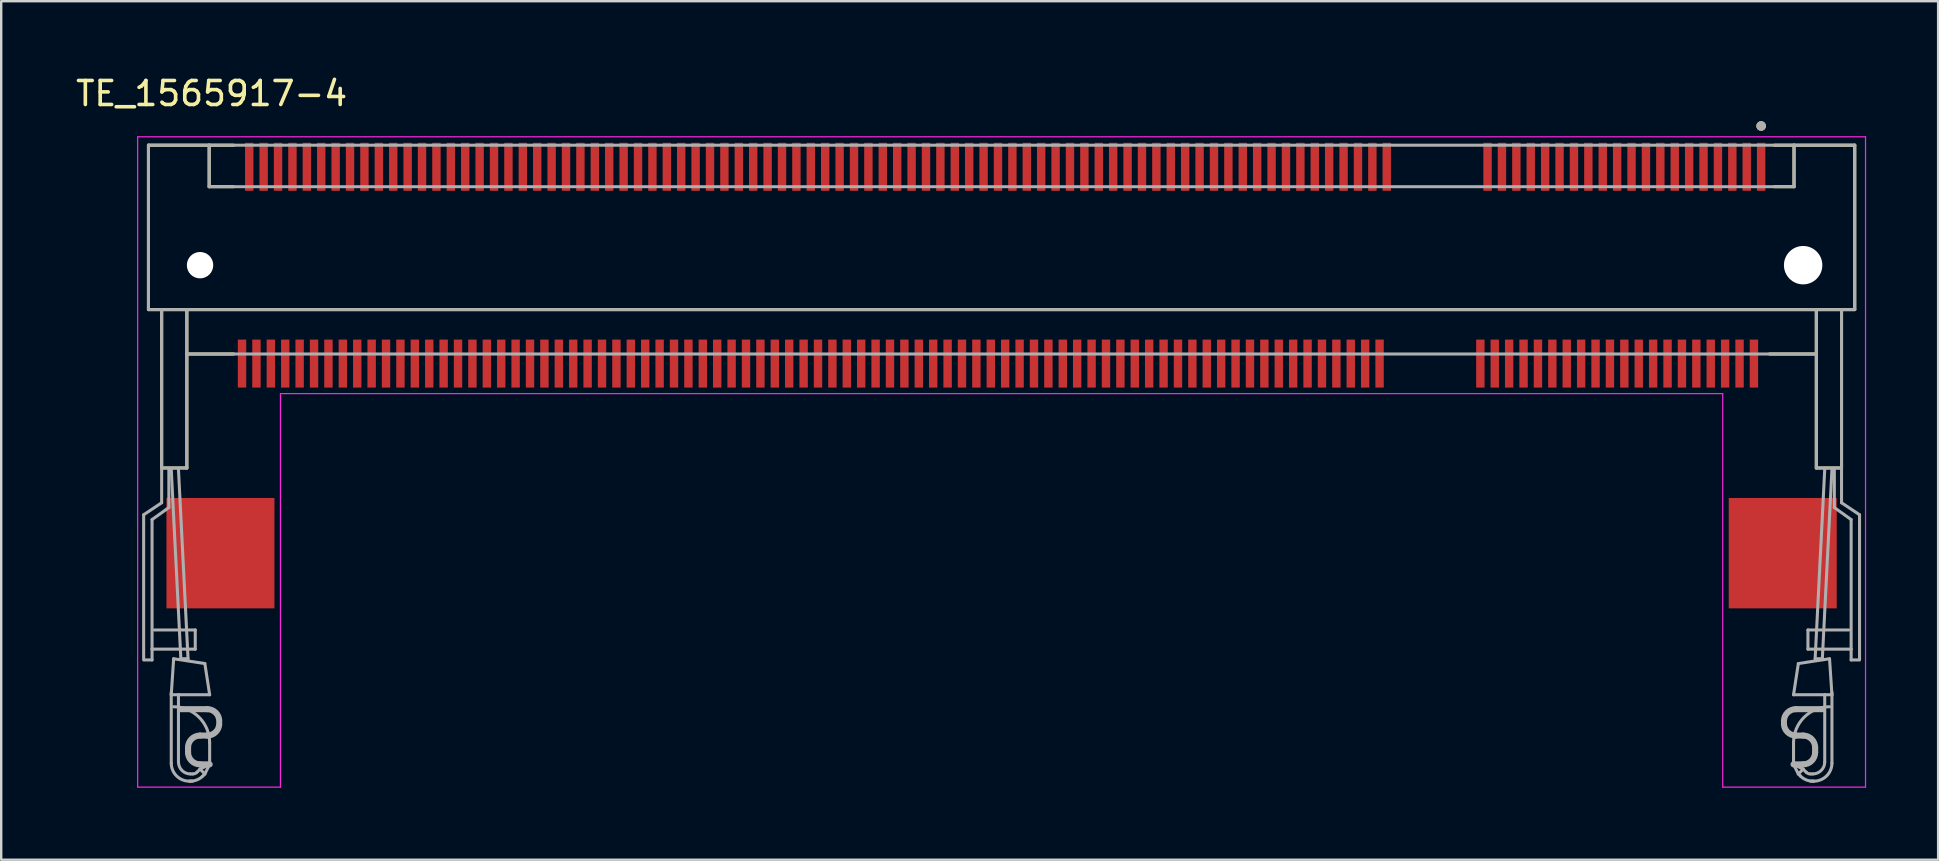
<source format=kicad_pcb>
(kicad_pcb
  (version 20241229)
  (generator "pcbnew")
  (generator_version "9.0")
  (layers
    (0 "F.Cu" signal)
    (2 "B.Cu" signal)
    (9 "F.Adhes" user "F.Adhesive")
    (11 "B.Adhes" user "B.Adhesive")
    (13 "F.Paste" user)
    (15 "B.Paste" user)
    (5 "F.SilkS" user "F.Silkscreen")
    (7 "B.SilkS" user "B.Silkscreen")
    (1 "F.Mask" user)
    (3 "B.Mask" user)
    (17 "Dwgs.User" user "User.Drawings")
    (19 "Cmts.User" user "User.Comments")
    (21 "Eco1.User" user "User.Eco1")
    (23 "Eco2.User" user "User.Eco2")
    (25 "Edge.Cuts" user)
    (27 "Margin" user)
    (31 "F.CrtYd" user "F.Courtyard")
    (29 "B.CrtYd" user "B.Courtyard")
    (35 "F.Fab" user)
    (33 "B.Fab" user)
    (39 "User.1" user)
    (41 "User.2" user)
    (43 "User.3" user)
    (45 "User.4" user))
  (footprint "TE_1565917-4"
    (layer "F.Cu")
    (at 38.686 8)
    (property "Reference" "TE_1565917-4" (at -32.918 -7.152 0) (layer "F.SilkS") (effects (font (size 1 1) (thickness 0.15))))
    (attr smd)
    (fp_line (start -35.55 -5) (end -35.55 1.85) (stroke (width 0.127) (type solid)) (layer "F.SilkS"))
    (fp_line (start -35.55 -5) (end -33.02 -5) (stroke (width 0.127) (type solid)) (layer "F.SilkS"))
    (fp_line (start -35.55 1.85) (end -35 1.85) (stroke (width 0.127) (type solid)) (layer "F.SilkS"))
    (fp_line (start -35 1.85) (end -35 8.45) (stroke (width 0.127) (type solid)) (layer "F.SilkS"))
    (fp_line (start -35 1.85) (end -33.95 1.85) (stroke (width 0.127) (type solid)) (layer "F.SilkS"))
    (fp_line (start -33.95 1.85) (end -33.95 3.7) (stroke (width 0.127) (type solid)) (layer "F.SilkS"))
    (fp_line (start -33.95 1.85) (end 33.95 1.85) (stroke (width 0.127) (type solid)) (layer "F.SilkS"))
    (fp_line (start -33.95 3.7) (end -33.95 8.45) (stroke (width 0.127) (type solid)) (layer "F.SilkS"))
    (fp_line (start -33.95 3.7) (end -32 3.7) (stroke (width 0.127) (type solid)) (layer "F.SilkS"))
    (fp_line (start -33.95 8.45) (end -35 8.45) (stroke (width 0.127) (type solid)) (layer "F.SilkS"))
    (fp_line (start -33.02 -5) (end -33.02 -3.27) (stroke (width 0.127) (type solid)) (layer "F.SilkS"))
    (fp_line (start -33.02 -3.27) (end -32 -3.27) (stroke (width 0.127) (type solid)) (layer "F.SilkS"))
    (fp_line (start -33 -5) (end -32 -5) (stroke (width 0.127) (type solid)) (layer "F.SilkS"))
    (fp_line (start 32 3.7) (end 33.95 3.7) (stroke (width 0.127) (type solid)) (layer "F.SilkS"))
    (fp_line (start 32.2 -5) (end 33 -5) (stroke (width 0.127) (type solid)) (layer "F.SilkS"))
    (fp_line (start 33.02 -5) (end 33.02 -3.27) (stroke (width 0.127) (type solid)) (layer "F.SilkS"))
    (fp_line (start 33.02 -3.27) (end 32.2 -3.27) (stroke (width 0.127) (type solid)) (layer "F.SilkS"))
    (fp_line (start 33.95 1.85) (end 33.95 8.45) (stroke (width 0.127) (type solid)) (layer "F.SilkS"))
    (fp_line (start 33.95 1.85) (end 35 1.85) (stroke (width 0.127) (type solid)) (layer "F.SilkS"))
    (fp_line (start 33.95 8.45) (end 35 8.45) (stroke (width 0.127) (type solid)) (layer "F.SilkS"))
    (fp_line (start 35 1.85) (end 35.55 1.85) (stroke (width 0.127) (type solid)) (layer "F.SilkS"))
    (fp_line (start 35 8.45) (end 35 1.85) (stroke (width 0.127) (type solid)) (layer "F.SilkS"))
    (fp_line (start 35.55 -5) (end 33.02 -5) (stroke (width 0.127) (type solid)) (layer "F.SilkS"))
    (fp_line (start 35.55 1.85) (end 35.55 -5) (stroke (width 0.127) (type solid)) (layer "F.SilkS"))
    (fp_circle (center 31.65 -5.8) (end 31.75 -5.8) (stroke (width 0.2) (type solid)) (fill no) (layer "F.SilkS"))
    (fp_line (start -36 -5.35) (end 36 -5.35) (stroke (width 0.05) (type solid)) (layer "F.CrtYd"))
    (fp_line (start -36 21.75) (end -36 -5.35) (stroke (width 0.05) (type solid)) (layer "F.CrtYd"))
    (fp_line (start -36 21.75) (end -30.05 21.75) (stroke (width 0.05) (type solid)) (layer "F.CrtYd"))
    (fp_line (start -30.05 5.35) (end 30.05 5.35) (stroke (width 0.05) (type solid)) (layer "F.CrtYd"))
    (fp_line (start -30.05 21.75) (end -30.05 5.35) (stroke (width 0.05) (type solid)) (layer "F.CrtYd"))
    (fp_line (start 30.05 5.35) (end 30.05 21.75) (stroke (width 0.05) (type solid)) (layer "F.CrtYd"))
    (fp_line (start 30.05 21.75) (end 36 21.75) (stroke (width 0.05) (type solid)) (layer "F.CrtYd"))
    (fp_line (start 36 -5.35) (end 36 21.75) (stroke (width 0.05) (type solid)) (layer "F.CrtYd"))
    (fp_line (start -35.75 10.4) (end -35.75 16.45) (stroke (width 0.127) (type solid)) (layer "F.Fab"))
    (fp_line (start -35.7 16.45) (end -35.4 16.45) (stroke (width 0.127) (type solid)) (layer "F.Fab"))
    (fp_line (start -35.55 -5) (end -35.55 1.85) (stroke (width 0.127) (type solid)) (layer "F.Fab"))
    (fp_line (start -35.55 1.85) (end -35 1.85) (stroke (width 0.127) (type solid)) (layer "F.Fab"))
    (fp_line (start -35.4 16) (end -35.4 10.6) (stroke (width 0.127) (type solid)) (layer "F.Fab"))
    (fp_line (start -35.4 16.45) (end -35.4 16) (stroke (width 0.127) (type solid)) (layer "F.Fab"))
    (fp_line (start -35.3 15.2) (end -33.6 15.2) (stroke (width 0.127) (type solid)) (layer "F.Fab"))
    (fp_line (start -35 1.85) (end -35 8.45) (stroke (width 0.127) (type solid)) (layer "F.Fab"))
    (fp_line (start -35 1.85) (end -33.95 1.85) (stroke (width 0.127) (type solid)) (layer "F.Fab"))
    (fp_line (start -35 8.45) (end -35 9.9) (stroke (width 0.127) (type solid)) (layer "F.Fab"))
    (fp_line (start -35 8.45) (end -33.95 8.45) (stroke (width 0.127) (type solid)) (layer "F.Fab"))
    (fp_line (start -35 9.9) (end -35.75 10.4) (stroke (width 0.127) (type solid)) (layer "F.Fab"))
    (fp_line (start -34.7 8.5) (end -34.7 10.1) (stroke (width 0.127) (type solid)) (layer "F.Fab"))
    (fp_line (start -34.7 10.1) (end -35.4 10.6) (stroke (width 0.127) (type solid)) (layer "F.Fab"))
    (fp_line (start -34.6 8.5) (end -34.2 16.4) (stroke (width 0.127) (type solid)) (layer "F.Fab"))
    (fp_line (start -34.6 17.8) (end -34.6 20.75) (stroke (width 0.127) (type solid)) (layer "F.Fab"))
    (fp_line (start -34.6 17.9) (end -34.5 16.4) (stroke (width 0.127) (type solid)) (layer "F.Fab"))
    (fp_line (start -34.5 16.4) (end -33.2 16.6) (stroke (width 0.127) (type solid)) (layer "F.Fab"))
    (fp_line (start -34.3 17.9) (end -34.6 17.9) (stroke (width 0.127) (type solid)) (layer "F.Fab"))
    (fp_line (start -34.3 20.7) (end -34.3 17.9) (stroke (width 0.127) (type solid)) (layer "F.Fab"))
    (fp_line (start -34.2 16.4) (end -33.9 16.4) (stroke (width 0.127) (type solid)) (layer "F.Fab"))
    (fp_line (start -33.95 1.85) (end 33.95 1.85) (stroke (width 0.127) (type solid)) (layer "F.Fab"))
    (fp_line (start -33.95 3.7) (end -33.95 1.85) (stroke (width 0.127) (type solid)) (layer "F.Fab"))
    (fp_line (start -33.95 8.45) (end -33.95 3.7) (stroke (width 0.127) (type solid)) (layer "F.Fab"))
    (fp_line (start -33.9 16.4) (end -34.3 8.5) (stroke (width 0.127) (type solid)) (layer "F.Fab"))
    (fp_line (start -33.9 20.3) (end -33.9 20.1) (stroke (width 0.254) (type solid)) (layer "F.Fab"))
    (fp_line (start -33.85 21.5) (end -33.8 21.5) (stroke (width 0.127) (type solid)) (layer "F.Fab"))
    (fp_line (start -33.8 21.5) (end -33.707 21.5) (stroke (width 0.127) (type solid)) (layer "F.Fab"))
    (fp_line (start -33.707 21.2) (end -33.8 21.2) (stroke (width 0.127) (type solid)) (layer "F.Fab"))
    (fp_line (start -33.6 15.2) (end -33.6 16) (stroke (width 0.127) (type solid)) (layer "F.Fab"))
    (fp_line (start -33.6 16) (end -35.4 16) (stroke (width 0.127) (type solid)) (layer "F.Fab"))
    (fp_line (start -33.529 21.129) (end -33.4 21) (stroke (width 0.127) (type solid)) (layer "F.Fab"))
    (fp_line (start -33.4 19.6) (end -33.1 19.6) (stroke (width 0.254) (type solid)) (layer "F.Fab"))
    (fp_line (start -33.288 21.288) (end -33.2 21.2) (stroke (width 0.127) (type solid)) (layer "F.Fab"))
    (fp_line (start -33.2 16.6) (end -33 17.9) (stroke (width 0.127) (type solid)) (layer "F.Fab"))
    (fp_line (start -33.2 21.2) (end -33.4 21) (stroke (width 0.127) (type solid)) (layer "F.Fab"))
    (fp_line (start -33.2 21.2) (end -33 20.8) (stroke (width 0.127) (type solid)) (layer "F.Fab"))
    (fp_line (start -33.1 18.5) (end -34.2 18.5) (stroke (width 0.254) (type solid)) (layer "F.Fab"))
    (fp_line (start -33.02 -5) (end -35.55 -5) (stroke (width 0.127) (type solid)) (layer "F.Fab"))
    (fp_line (start -33.02 -3.27) (end -33.02 -5) (stroke (width 0.127) (type solid)) (layer "F.Fab"))
    (fp_line (start -33 17.9) (end -34.3 17.9) (stroke (width 0.127) (type solid)) (layer "F.Fab"))
    (fp_line (start -33 20.8) (end -33.4 20.8) (stroke (width 0.254) (type solid)) (layer "F.Fab"))
    (fp_line (start -33 20.8) (end -33.4 21) (stroke (width 0.127) (type solid)) (layer "F.Fab"))
    (fp_line (start -33 20.8) (end -33 19.9) (stroke (width 0.127) (type solid)) (layer "F.Fab"))
    (fp_line (start -32.6 19.1) (end -32.6 19) (stroke (width 0.127) (type solid)) (layer "F.Fab"))
    (fp_line (start 32.6 19.1) (end 32.6 19) (stroke (width 0.127) (type solid)) (layer "F.Fab"))
    (fp_line (start 33 17.9) (end 34.3 17.9) (stroke (width 0.127) (type solid)) (layer "F.Fab"))
    (fp_line (start 33 20.8) (end 33 19.9) (stroke (width 0.127) (type solid)) (layer "F.Fab"))
    (fp_line (start 33 20.8) (end 33.4 20.8) (stroke (width 0.254) (type solid)) (layer "F.Fab"))
    (fp_line (start 33 20.8) (end 33.4 21) (stroke (width 0.127) (type solid)) (layer "F.Fab"))
    (fp_line (start 33.02 -5) (end -33.02 -5) (stroke (width 0.127) (type solid)) (layer "F.Fab"))
    (fp_line (start 33.02 -5) (end 33.02 -3.27) (stroke (width 0.127) (type solid)) (layer "F.Fab"))
    (fp_line (start 33.02 -3.27) (end -33.02 -3.27) (stroke (width 0.127) (type solid)) (layer "F.Fab"))
    (fp_line (start 33.1 18.5) (end 34.2 18.5) (stroke (width 0.254) (type solid)) (layer "F.Fab"))
    (fp_line (start 33.2 16.6) (end 33 17.9) (stroke (width 0.127) (type solid)) (layer "F.Fab"))
    (fp_line (start 33.2 21.2) (end 33 20.8) (stroke (width 0.127) (type solid)) (layer "F.Fab"))
    (fp_line (start 33.2 21.2) (end 33.4 21) (stroke (width 0.127) (type solid)) (layer "F.Fab"))
    (fp_line (start 33.288 21.288) (end 33.2 21.2) (stroke (width 0.127) (type solid)) (layer "F.Fab"))
    (fp_line (start 33.4 19.6) (end 33.1 19.6) (stroke (width 0.254) (type solid)) (layer "F.Fab"))
    (fp_line (start 33.529 21.129) (end 33.4 21) (stroke (width 0.127) (type solid)) (layer "F.Fab"))
    (fp_line (start 33.6 15.2) (end 33.6 16) (stroke (width 0.127) (type solid)) (layer "F.Fab"))
    (fp_line (start 33.6 16) (end 35.4 16) (stroke (width 0.127) (type solid)) (layer "F.Fab"))
    (fp_line (start 33.707 21.2) (end 33.8 21.2) (stroke (width 0.127) (type solid)) (layer "F.Fab"))
    (fp_line (start 33.8 21.5) (end 33.707 21.5) (stroke (width 0.127) (type solid)) (layer "F.Fab"))
    (fp_line (start 33.85 21.5) (end 33.8 21.5) (stroke (width 0.127) (type solid)) (layer "F.Fab"))
    (fp_line (start 33.9 16.4) (end 34.3 8.5) (stroke (width 0.127) (type solid)) (layer "F.Fab"))
    (fp_line (start 33.9 20.3) (end 33.9 20.1) (stroke (width 0.254) (type solid)) (layer "F.Fab"))
    (fp_line (start 33.95 1.85) (end 33.95 3.7) (stroke (width 0.127) (type solid)) (layer "F.Fab"))
    (fp_line (start 33.95 1.85) (end 35.55 1.85) (stroke (width 0.127) (type solid)) (layer "F.Fab"))
    (fp_line (start 33.95 3.7) (end -33.95 3.7) (stroke (width 0.127) (type solid)) (layer "F.Fab"))
    (fp_line (start 33.95 8.45) (end 33.95 3.7) (stroke (width 0.127) (type solid)) (layer "F.Fab"))
    (fp_line (start 34.2 16.4) (end 33.9 16.4) (stroke (width 0.127) (type solid)) (layer "F.Fab"))
    (fp_line (start 34.3 17.9) (end 34.6 17.9) (stroke (width 0.127) (type solid)) (layer "F.Fab"))
    (fp_line (start 34.3 20.7) (end 34.3 17.9) (stroke (width 0.127) (type solid)) (layer "F.Fab"))
    (fp_line (start 34.5 16.4) (end 33.2 16.6) (stroke (width 0.127) (type solid)) (layer "F.Fab"))
    (fp_line (start 34.6 8.5) (end 34.2 16.4) (stroke (width 0.127) (type solid)) (layer "F.Fab"))
    (fp_line (start 34.6 17.8) (end 34.6 20.75) (stroke (width 0.127) (type solid)) (layer "F.Fab"))
    (fp_line (start 34.6 17.9) (end 34.5 16.4) (stroke (width 0.127) (type solid)) (layer "F.Fab"))
    (fp_line (start 34.7 8.5) (end 34.7 10.1) (stroke (width 0.127) (type solid)) (layer "F.Fab"))
    (fp_line (start 34.7 10.1) (end 35.4 10.6) (stroke (width 0.127) (type solid)) (layer "F.Fab"))
    (fp_line (start 35 1.85) (end 35 8.45) (stroke (width 0.127) (type solid)) (layer "F.Fab"))
    (fp_line (start 35 8.45) (end 33.95 8.45) (stroke (width 0.127) (type solid)) (layer "F.Fab"))
    (fp_line (start 35 8.45) (end 35 9.9) (stroke (width 0.127) (type solid)) (layer "F.Fab"))
    (fp_line (start 35 9.9) (end 35.75 10.4) (stroke (width 0.127) (type solid)) (layer "F.Fab"))
    (fp_line (start 35.3 15.2) (end 33.6 15.2) (stroke (width 0.127) (type solid)) (layer "F.Fab"))
    (fp_line (start 35.4 16) (end 35.4 10.6) (stroke (width 0.127) (type solid)) (layer "F.Fab"))
    (fp_line (start 35.4 16.45) (end 35.4 16) (stroke (width 0.127) (type solid)) (layer "F.Fab"))
    (fp_line (start 35.55 -5) (end 33.02 -5) (stroke (width 0.127) (type solid)) (layer "F.Fab"))
    (fp_line (start 35.55 1.85) (end 35.55 -5) (stroke (width 0.127) (type solid)) (layer "F.Fab"))
    (fp_line (start 35.7 16.45) (end 35.4 16.45) (stroke (width 0.127) (type solid)) (layer "F.Fab"))
    (fp_line (start 35.75 10.4) (end 35.75 16.45) (stroke (width 0.127) (type solid)) (layer "F.Fab"))
    (fp_arc (start -34.5 18.4) (mid -33.43934 18.83934) (end -33 19.9) (stroke (width 0.127) (type solid)) (layer "F.Fab"))
    (fp_arc (start -33.9 20.1) (mid -33.753553 19.746447) (end -33.4 19.6) (stroke (width 0.254) (type solid)) (layer "F.Fab"))
    (fp_arc (start -33.85 21.5) (mid -34.38033 21.28033) (end -34.6 20.75) (stroke (width 0.127) (type solid)) (layer "F.Fab"))
    (fp_arc (start -33.8 21.2) (mid -34.153553 21.053553) (end -34.3 20.7) (stroke (width 0.127) (type solid)) (layer "F.Fab"))
    (fp_arc (start -33.5293 21.1293) (mid -33.607619 21.181627) (end -33.7 21.2) (stroke (width 0.127) (type solid)) (layer "F.Fab"))
    (fp_arc (start -33.4 20.8) (mid -33.753553 20.653553) (end -33.9 20.3) (stroke (width 0.254) (type solid)) (layer "F.Fab"))
    (fp_arc (start -33.2879 21.2879) (mid -33.522855 21.444881) (end -33.8 21.5) (stroke (width 0.127) (type solid)) (layer "F.Fab"))
    (fp_arc (start -33.1 18.5) (mid -32.746447 18.646447) (end -32.6 19) (stroke (width 0.254) (type solid)) (layer "F.Fab"))
    (fp_arc (start -32.6 19.1) (mid -32.746447 19.453553) (end -33.1 19.6) (stroke (width 0.254) (type solid)) (layer "F.Fab"))
    (fp_arc (start 32.6 19) (mid 32.746447 18.646447) (end 33.1 18.5) (stroke (width 0.254) (type solid)) (layer "F.Fab"))
    (fp_arc (start 33 19.9) (mid 33.43934 18.83934) (end 34.5 18.4) (stroke (width 0.127) (type solid)) (layer "F.Fab"))
    (fp_arc (start 33.1 19.6) (mid 32.746447 19.453553) (end 32.6 19.1) (stroke (width 0.254) (type solid)) (layer "F.Fab"))
    (fp_arc (start 33.4 19.6) (mid 33.753553 19.746447) (end 33.9 20.1) (stroke (width 0.254) (type solid)) (layer "F.Fab"))
    (fp_arc (start 33.7 21.2) (mid 33.607619 21.181627) (end 33.5293 21.1293) (stroke (width 0.127) (type solid)) (layer "F.Fab"))
    (fp_arc (start 33.8 21.5) (mid 33.522856 21.444881) (end 33.2879 21.2879) (stroke (width 0.127) (type solid)) (layer "F.Fab"))
    (fp_arc (start 33.9 20.3) (mid 33.753553 20.653553) (end 33.4 20.8) (stroke (width 0.254) (type solid)) (layer "F.Fab"))
    (fp_arc (start 34.3 20.7) (mid 34.153553 21.053553) (end 33.8 21.2) (stroke (width 0.127) (type solid)) (layer "F.Fab"))
    (fp_arc (start 34.6 20.75) (mid 34.38033 21.28033) (end 33.85 21.5) (stroke (width 0.127) (type solid)) (layer "F.Fab"))
    (fp_circle (center 31.65 -5.8) (end 31.75 -5.8) (stroke (width 0.2) (type solid)) (fill no) (layer "F.Fab"))
    (pad "" np_thru_hole circle (at -33.4 0) (size 1.1 1.1) (drill 1.1) (layers "*.Cu" "*.Mask"))
    (pad "" np_thru_hole circle (at 33.4 0) (size 1.6 1.6) (drill 1.6) (layers "*.Cu" "*.Mask"))
    (pad "1" smd rect (at 31.65 -4.1) (size 0.35 2) (layers "F.Cu" "F.Mask" "F.Paste"))
    (pad "2" smd rect (at 31.35 4.1) (size 0.35 2) (layers "F.Cu" "F.Mask" "F.Paste"))
    (pad "3" smd rect (at 31.05 -4.1) (size 0.35 2) (layers "F.Cu" "F.Mask" "F.Paste"))
    (pad "4" smd rect (at 30.75 4.1) (size 0.35 2) (layers "F.Cu" "F.Mask" "F.Paste"))
    (pad "5" smd rect (at 30.45 -4.1) (size 0.35 2) (layers "F.Cu" "F.Mask" "F.Paste"))
    (pad "6" smd rect (at 30.15 4.1) (size 0.35 2) (layers "F.Cu" "F.Mask" "F.Paste"))
    (pad "7" smd rect (at 29.85 -4.1) (size 0.35 2) (layers "F.Cu" "F.Mask" "F.Paste"))
    (pad "8" smd rect (at 29.55 4.1) (size 0.35 2) (layers "F.Cu" "F.Mask" "F.Paste"))
    (pad "9" smd rect (at 29.25 -4.1) (size 0.35 2) (layers "F.Cu" "F.Mask" "F.Paste"))
    (pad "10" smd rect (at 28.95 4.1) (size 0.35 2) (layers "F.Cu" "F.Mask" "F.Paste"))
    (pad "11" smd rect (at 28.65 -4.1) (size 0.35 2) (layers "F.Cu" "F.Mask" "F.Paste"))
    (pad "12" smd rect (at 28.35 4.1) (size 0.35 2) (layers "F.Cu" "F.Mask" "F.Paste"))
    (pad "13" smd rect (at 28.05 -4.1) (size 0.35 2) (layers "F.Cu" "F.Mask" "F.Paste"))
    (pad "14" smd rect (at 27.75 4.1) (size 0.35 2) (layers "F.Cu" "F.Mask" "F.Paste"))
    (pad "15" smd rect (at 27.45 -4.1) (size 0.35 2) (layers "F.Cu" "F.Mask" "F.Paste"))
    (pad "16" smd rect (at 27.15 4.1) (size 0.35 2) (layers "F.Cu" "F.Mask" "F.Paste"))
    (pad "17" smd rect (at 26.85 -4.1) (size 0.35 2) (layers "F.Cu" "F.Mask" "F.Paste"))
    (pad "18" smd rect (at 26.55 4.1) (size 0.35 2) (layers "F.Cu" "F.Mask" "F.Paste"))
    (pad "19" smd rect (at 26.25 -4.1) (size 0.35 2) (layers "F.Cu" "F.Mask" "F.Paste"))
    (pad "20" smd rect (at 25.95 4.1) (size 0.35 2) (layers "F.Cu" "F.Mask" "F.Paste"))
    (pad "21" smd rect (at 25.65 -4.1) (size 0.35 2) (layers "F.Cu" "F.Mask" "F.Paste"))
    (pad "22" smd rect (at 25.35 4.1) (size 0.35 2) (layers "F.Cu" "F.Mask" "F.Paste"))
    (pad "23" smd rect (at 25.05 -4.1) (size 0.35 2) (layers "F.Cu" "F.Mask" "F.Paste"))
    (pad "24" smd rect (at 24.75 4.1) (size 0.35 2) (layers "F.Cu" "F.Mask" "F.Paste"))
    (pad "25" smd rect (at 24.45 -4.1) (size 0.35 2) (layers "F.Cu" "F.Mask" "F.Paste"))
    (pad "26" smd rect (at 24.15 4.1) (size 0.35 2) (layers "F.Cu" "F.Mask" "F.Paste"))
    (pad "27" smd rect (at 23.85 -4.1) (size 0.35 2) (layers "F.Cu" "F.Mask" "F.Paste"))
    (pad "28" smd rect (at 23.55 4.1) (size 0.35 2) (layers "F.Cu" "F.Mask" "F.Paste"))
    (pad "29" smd rect (at 23.25 -4.1) (size 0.35 2) (layers "F.Cu" "F.Mask" "F.Paste"))
    (pad "30" smd rect (at 22.95 4.1) (size 0.35 2) (layers "F.Cu" "F.Mask" "F.Paste"))
    (pad "31" smd rect (at 22.65 -4.1) (size 0.35 2) (layers "F.Cu" "F.Mask" "F.Paste"))
    (pad "32" smd rect (at 22.35 4.1) (size 0.35 2) (layers "F.Cu" "F.Mask" "F.Paste"))
    (pad "33" smd rect (at 22.05 -4.1) (size 0.35 2) (layers "F.Cu" "F.Mask" "F.Paste"))
    (pad "34" smd rect (at 21.75 4.1) (size 0.35 2) (layers "F.Cu" "F.Mask" "F.Paste"))
    (pad "35" smd rect (at 21.45 -4.1) (size 0.35 2) (layers "F.Cu" "F.Mask" "F.Paste"))
    (pad "36" smd rect (at 21.15 4.1) (size 0.35 2) (layers "F.Cu" "F.Mask" "F.Paste"))
    (pad "37" smd rect (at 20.85 -4.1) (size 0.35 2) (layers "F.Cu" "F.Mask" "F.Paste"))
    (pad "38" smd rect (at 20.55 4.1) (size 0.35 2) (layers "F.Cu" "F.Mask" "F.Paste"))
    (pad "39" smd rect (at 20.25 -4.1) (size 0.35 2) (layers "F.Cu" "F.Mask" "F.Paste"))
    (pad "40" smd rect (at 19.95 4.1) (size 0.35 2) (layers "F.Cu" "F.Mask" "F.Paste"))
    (pad "41" smd rect (at 16.05 -4.1) (size 0.35 2) (layers "F.Cu" "F.Mask" "F.Paste"))
    (pad "42" smd rect (at 15.75 4.1) (size 0.35 2) (layers "F.Cu" "F.Mask" "F.Paste"))
    (pad "43" smd rect (at 15.45 -4.1) (size 0.35 2) (layers "F.Cu" "F.Mask" "F.Paste"))
    (pad "44" smd rect (at 15.15 4.1) (size 0.35 2) (layers "F.Cu" "F.Mask" "F.Paste"))
    (pad "45" smd rect (at 14.85 -4.1) (size 0.35 2) (layers "F.Cu" "F.Mask" "F.Paste"))
    (pad "46" smd rect (at 14.55 4.1) (size 0.35 2) (layers "F.Cu" "F.Mask" "F.Paste"))
    (pad "47" smd rect (at 14.25 -4.1) (size 0.35 2) (layers "F.Cu" "F.Mask" "F.Paste"))
    (pad "48" smd rect (at 13.95 4.1) (size 0.35 2) (layers "F.Cu" "F.Mask" "F.Paste"))
    (pad "49" smd rect (at 13.65 -4.1) (size 0.35 2) (layers "F.Cu" "F.Mask" "F.Paste"))
    (pad "50" smd rect (at 13.35 4.1) (size 0.35 2) (layers "F.Cu" "F.Mask" "F.Paste"))
    (pad "51" smd rect (at 13.05 -4.1) (size 0.35 2) (layers "F.Cu" "F.Mask" "F.Paste"))
    (pad "52" smd rect (at 12.75 4.1) (size 0.35 2) (layers "F.Cu" "F.Mask" "F.Paste"))
    (pad "53" smd rect (at 12.45 -4.1) (size 0.35 2) (layers "F.Cu" "F.Mask" "F.Paste"))
    (pad "54" smd rect (at 12.15 4.1) (size 0.35 2) (layers "F.Cu" "F.Mask" "F.Paste"))
    (pad "55" smd rect (at 11.85 -4.1) (size 0.35 2) (layers "F.Cu" "F.Mask" "F.Paste"))
    (pad "56" smd rect (at 11.55 4.1) (size 0.35 2) (layers "F.Cu" "F.Mask" "F.Paste"))
    (pad "57" smd rect (at 11.25 -4.1) (size 0.35 2) (layers "F.Cu" "F.Mask" "F.Paste"))
    (pad "58" smd rect (at 10.95 4.1) (size 0.35 2) (layers "F.Cu" "F.Mask" "F.Paste"))
    (pad "59" smd rect (at 10.65 -4.1) (size 0.35 2) (layers "F.Cu" "F.Mask" "F.Paste"))
    (pad "60" smd rect (at 10.35 4.1) (size 0.35 2) (layers "F.Cu" "F.Mask" "F.Paste"))
    (pad "61" smd rect (at 10.05 -4.1) (size 0.35 2) (layers "F.Cu" "F.Mask" "F.Paste"))
    (pad "62" smd rect (at 9.75 4.1) (size 0.35 2) (layers "F.Cu" "F.Mask" "F.Paste"))
    (pad "63" smd rect (at 9.45 -4.1) (size 0.35 2) (layers "F.Cu" "F.Mask" "F.Paste"))
    (pad "64" smd rect (at 9.15 4.1) (size 0.35 2) (layers "F.Cu" "F.Mask" "F.Paste"))
    (pad "65" smd rect (at 8.85 -4.1) (size 0.35 2) (layers "F.Cu" "F.Mask" "F.Paste"))
    (pad "66" smd rect (at 8.55 4.1) (size 0.35 2) (layers "F.Cu" "F.Mask" "F.Paste"))
    (pad "67" smd rect (at 8.25 -4.1) (size 0.35 2) (layers "F.Cu" "F.Mask" "F.Paste"))
    (pad "68" smd rect (at 7.95 4.1) (size 0.35 2) (layers "F.Cu" "F.Mask" "F.Paste"))
    (pad "69" smd rect (at 7.65 -4.1) (size 0.35 2) (layers "F.Cu" "F.Mask" "F.Paste"))
    (pad "70" smd rect (at 7.35 4.1) (size 0.35 2) (layers "F.Cu" "F.Mask" "F.Paste"))
    (pad "71" smd rect (at 7.05 -4.1) (size 0.35 2) (layers "F.Cu" "F.Mask" "F.Paste"))
    (pad "72" smd rect (at 6.75 4.1) (size 0.35 2) (layers "F.Cu" "F.Mask" "F.Paste"))
    (pad "73" smd rect (at 6.45 -4.1) (size 0.35 2) (layers "F.Cu" "F.Mask" "F.Paste"))
    (pad "74" smd rect (at 6.15 4.1) (size 0.35 2) (layers "F.Cu" "F.Mask" "F.Paste"))
    (pad "75" smd rect (at 5.85 -4.1) (size 0.35 2) (layers "F.Cu" "F.Mask" "F.Paste"))
    (pad "76" smd rect (at 5.55 4.1) (size 0.35 2) (layers "F.Cu" "F.Mask" "F.Paste"))
    (pad "77" smd rect (at 5.25 -4.1) (size 0.35 2) (layers "F.Cu" "F.Mask" "F.Paste"))
    (pad "78" smd rect (at 4.95 4.1) (size 0.35 2) (layers "F.Cu" "F.Mask" "F.Paste"))
    (pad "79" smd rect (at 4.65 -4.1) (size 0.35 2) (layers "F.Cu" "F.Mask" "F.Paste"))
    (pad "80" smd rect (at 4.35 4.1) (size 0.35 2) (layers "F.Cu" "F.Mask" "F.Paste"))
    (pad "81" smd rect (at 4.05 -4.1) (size 0.35 2) (layers "F.Cu" "F.Mask" "F.Paste"))
    (pad "82" smd rect (at 3.75 4.1) (size 0.35 2) (layers "F.Cu" "F.Mask" "F.Paste"))
    (pad "83" smd rect (at 3.45 -4.1) (size 0.35 2) (layers "F.Cu" "F.Mask" "F.Paste"))
    (pad "84" smd rect (at 3.15 4.1) (size 0.35 2) (layers "F.Cu" "F.Mask" "F.Paste"))
    (pad "85" smd rect (at 2.85 -4.1) (size 0.35 2) (layers "F.Cu" "F.Mask" "F.Paste"))
    (pad "86" smd rect (at 2.55 4.1) (size 0.35 2) (layers "F.Cu" "F.Mask" "F.Paste"))
    (pad "87" smd rect (at 2.25 -4.1) (size 0.35 2) (layers "F.Cu" "F.Mask" "F.Paste"))
    (pad "88" smd rect (at 1.95 4.1) (size 0.35 2) (layers "F.Cu" "F.Mask" "F.Paste"))
    (pad "89" smd rect (at 1.65 -4.1) (size 0.35 2) (layers "F.Cu" "F.Mask" "F.Paste"))
    (pad "90" smd rect (at 1.35 4.1) (size 0.35 2) (layers "F.Cu" "F.Mask" "F.Paste"))
    (pad "91" smd rect (at 1.05 -4.1) (size 0.35 2) (layers "F.Cu" "F.Mask" "F.Paste"))
    (pad "92" smd rect (at 0.75 4.1) (size 0.35 2) (layers "F.Cu" "F.Mask" "F.Paste"))
    (pad "93" smd rect (at 0.45 -4.1) (size 0.35 2) (layers "F.Cu" "F.Mask" "F.Paste"))
    (pad "94" smd rect (at 0.15 4.1) (size 0.35 2) (layers "F.Cu" "F.Mask" "F.Paste"))
    (pad "95" smd rect (at -0.15 -4.1) (size 0.35 2) (layers "F.Cu" "F.Mask" "F.Paste"))
    (pad "96" smd rect (at -0.45 4.1) (size 0.35 2) (layers "F.Cu" "F.Mask" "F.Paste"))
    (pad "97" smd rect (at -0.75 -4.1) (size 0.35 2) (layers "F.Cu" "F.Mask" "F.Paste"))
    (pad "98" smd rect (at -1.05 4.1) (size 0.35 2) (layers "F.Cu" "F.Mask" "F.Paste"))
    (pad "99" smd rect (at -1.35 -4.1) (size 0.35 2) (layers "F.Cu" "F.Mask" "F.Paste"))
    (pad "100" smd rect (at -1.65 4.1) (size 0.35 2) (layers "F.Cu" "F.Mask" "F.Paste"))
    (pad "101" smd rect (at -1.95 -4.1) (size 0.35 2) (layers "F.Cu" "F.Mask" "F.Paste"))
    (pad "102" smd rect (at -2.25 4.1) (size 0.35 2) (layers "F.Cu" "F.Mask" "F.Paste"))
    (pad "103" smd rect (at -2.55 -4.1) (size 0.35 2) (layers "F.Cu" "F.Mask" "F.Paste"))
    (pad "104" smd rect (at -2.85 4.1) (size 0.35 2) (layers "F.Cu" "F.Mask" "F.Paste"))
    (pad "105" smd rect (at -3.15 -4.1) (size 0.35 2) (layers "F.Cu" "F.Mask" "F.Paste"))
    (pad "106" smd rect (at -3.45 4.1) (size 0.35 2) (layers "F.Cu" "F.Mask" "F.Paste"))
    (pad "107" smd rect (at -3.75 -4.1) (size 0.35 2) (layers "F.Cu" "F.Mask" "F.Paste"))
    (pad "108" smd rect (at -4.05 4.1) (size 0.35 2) (layers "F.Cu" "F.Mask" "F.Paste"))
    (pad "109" smd rect (at -4.35 -4.1) (size 0.35 2) (layers "F.Cu" "F.Mask" "F.Paste"))
    (pad "110" smd rect (at -4.65 4.1) (size 0.35 2) (layers "F.Cu" "F.Mask" "F.Paste"))
    (pad "111" smd rect (at -4.95 -4.1) (size 0.35 2) (layers "F.Cu" "F.Mask" "F.Paste"))
    (pad "112" smd rect (at -5.25 4.1) (size 0.35 2) (layers "F.Cu" "F.Mask" "F.Paste"))
    (pad "113" smd rect (at -5.55 -4.1) (size 0.35 2) (layers "F.Cu" "F.Mask" "F.Paste"))
    (pad "114" smd rect (at -5.85 4.1) (size 0.35 2) (layers "F.Cu" "F.Mask" "F.Paste"))
    (pad "115" smd rect (at -6.15 -4.1) (size 0.35 2) (layers "F.Cu" "F.Mask" "F.Paste"))
    (pad "116" smd rect (at -6.45 4.1) (size 0.35 2) (layers "F.Cu" "F.Mask" "F.Paste"))
    (pad "117" smd rect (at -6.75 -4.1) (size 0.35 2) (layers "F.Cu" "F.Mask" "F.Paste"))
    (pad "118" smd rect (at -7.05 4.1) (size 0.35 2) (layers "F.Cu" "F.Mask" "F.Paste"))
    (pad "119" smd rect (at -7.35 -4.1) (size 0.35 2) (layers "F.Cu" "F.Mask" "F.Paste"))
    (pad "120" smd rect (at -7.65 4.1) (size 0.35 2) (layers "F.Cu" "F.Mask" "F.Paste"))
    (pad "121" smd rect (at -7.95 -4.1) (size 0.35 2) (layers "F.Cu" "F.Mask" "F.Paste"))
    (pad "122" smd rect (at -8.25 4.1) (size 0.35 2) (layers "F.Cu" "F.Mask" "F.Paste"))
    (pad "123" smd rect (at -8.55 -4.1) (size 0.35 2) (layers "F.Cu" "F.Mask" "F.Paste"))
    (pad "124" smd rect (at -8.85 4.1) (size 0.35 2) (layers "F.Cu" "F.Mask" "F.Paste"))
    (pad "125" smd rect (at -9.15 -4.1) (size 0.35 2) (layers "F.Cu" "F.Mask" "F.Paste"))
    (pad "126" smd rect (at -9.45 4.1) (size 0.35 2) (layers "F.Cu" "F.Mask" "F.Paste"))
    (pad "127" smd rect (at -9.75 -4.1) (size 0.35 2) (layers "F.Cu" "F.Mask" "F.Paste"))
    (pad "128" smd rect (at -10.05 4.1) (size 0.35 2) (layers "F.Cu" "F.Mask" "F.Paste"))
    (pad "129" smd rect (at -10.35 -4.1) (size 0.35 2) (layers "F.Cu" "F.Mask" "F.Paste"))
    (pad "130" smd rect (at -10.65 4.1) (size 0.35 2) (layers "F.Cu" "F.Mask" "F.Paste"))
    (pad "131" smd rect (at -10.95 -4.1) (size 0.35 2) (layers "F.Cu" "F.Mask" "F.Paste"))
    (pad "132" smd rect (at -11.25 4.1) (size 0.35 2) (layers "F.Cu" "F.Mask" "F.Paste"))
    (pad "133" smd rect (at -11.55 -4.1) (size 0.35 2) (layers "F.Cu" "F.Mask" "F.Paste"))
    (pad "134" smd rect (at -11.85 4.1) (size 0.35 2) (layers "F.Cu" "F.Mask" "F.Paste"))
    (pad "135" smd rect (at -12.15 -4.1) (size 0.35 2) (layers "F.Cu" "F.Mask" "F.Paste"))
    (pad "136" smd rect (at -12.45 4.1) (size 0.35 2) (layers "F.Cu" "F.Mask" "F.Paste"))
    (pad "137" smd rect (at -12.75 -4.1) (size 0.35 2) (layers "F.Cu" "F.Mask" "F.Paste"))
    (pad "138" smd rect (at -13.05 4.1) (size 0.35 2) (layers "F.Cu" "F.Mask" "F.Paste"))
    (pad "139" smd rect (at -13.35 -4.1) (size 0.35 2) (layers "F.Cu" "F.Mask" "F.Paste"))
    (pad "140" smd rect (at -13.65 4.1) (size 0.35 2) (layers "F.Cu" "F.Mask" "F.Paste"))
    (pad "141" smd rect (at -13.95 -4.1) (size 0.35 2) (layers "F.Cu" "F.Mask" "F.Paste"))
    (pad "142" smd rect (at -14.25 4.1) (size 0.35 2) (layers "F.Cu" "F.Mask" "F.Paste"))
    (pad "143" smd rect (at -14.55 -4.1) (size 0.35 2) (layers "F.Cu" "F.Mask" "F.Paste"))
    (pad "144" smd rect (at -14.85 4.1) (size 0.35 2) (layers "F.Cu" "F.Mask" "F.Paste"))
    (pad "145" smd rect (at -15.15 -4.1) (size 0.35 2) (layers "F.Cu" "F.Mask" "F.Paste"))
    (pad "146" smd rect (at -15.45 4.1) (size 0.35 2) (layers "F.Cu" "F.Mask" "F.Paste"))
    (pad "147" smd rect (at -15.75 -4.1) (size 0.35 2) (layers "F.Cu" "F.Mask" "F.Paste"))
    (pad "148" smd rect (at -16.05 4.1) (size 0.35 2) (layers "F.Cu" "F.Mask" "F.Paste"))
    (pad "149" smd rect (at -16.35 -4.1) (size 0.35 2) (layers "F.Cu" "F.Mask" "F.Paste"))
    (pad "150" smd rect (at -16.65 4.1) (size 0.35 2) (layers "F.Cu" "F.Mask" "F.Paste"))
    (pad "151" smd rect (at -16.95 -4.1) (size 0.35 2) (layers "F.Cu" "F.Mask" "F.Paste"))
    (pad "152" smd rect (at -17.25 4.1) (size 0.35 2) (layers "F.Cu" "F.Mask" "F.Paste"))
    (pad "153" smd rect (at -17.55 -4.1) (size 0.35 2) (layers "F.Cu" "F.Mask" "F.Paste"))
    (pad "154" smd rect (at -17.85 4.1) (size 0.35 2) (layers "F.Cu" "F.Mask" "F.Paste"))
    (pad "155" smd rect (at -18.15 -4.1) (size 0.35 2) (layers "F.Cu" "F.Mask" "F.Paste"))
    (pad "156" smd rect (at -18.45 4.1) (size 0.35 2) (layers "F.Cu" "F.Mask" "F.Paste"))
    (pad "157" smd rect (at -18.75 -4.1) (size 0.35 2) (layers "F.Cu" "F.Mask" "F.Paste"))
    (pad "158" smd rect (at -19.05 4.1) (size 0.35 2) (layers "F.Cu" "F.Mask" "F.Paste"))
    (pad "159" smd rect (at -19.35 -4.1) (size 0.35 2) (layers "F.Cu" "F.Mask" "F.Paste"))
    (pad "160" smd rect (at -19.65 4.1) (size 0.35 2) (layers "F.Cu" "F.Mask" "F.Paste"))
    (pad "161" smd rect (at -19.95 -4.1) (size 0.35 2) (layers "F.Cu" "F.Mask" "F.Paste"))
    (pad "162" smd rect (at -20.25 4.1) (size 0.35 2) (layers "F.Cu" "F.Mask" "F.Paste"))
    (pad "163" smd rect (at -20.55 -4.1) (size 0.35 2) (layers "F.Cu" "F.Mask" "F.Paste"))
    (pad "164" smd rect (at -20.85 4.1) (size 0.35 2) (layers "F.Cu" "F.Mask" "F.Paste"))
    (pad "165" smd rect (at -21.15 -4.1) (size 0.35 2) (layers "F.Cu" "F.Mask" "F.Paste"))
    (pad "166" smd rect (at -21.45 4.1) (size 0.35 2) (layers "F.Cu" "F.Mask" "F.Paste"))
    (pad "167" smd rect (at -21.75 -4.1) (size 0.35 2) (layers "F.Cu" "F.Mask" "F.Paste"))
    (pad "168" smd rect (at -22.05 4.1) (size 0.35 2) (layers "F.Cu" "F.Mask" "F.Paste"))
    (pad "169" smd rect (at -22.35 -4.1) (size 0.35 2) (layers "F.Cu" "F.Mask" "F.Paste"))
    (pad "170" smd rect (at -22.65 4.1) (size 0.35 2) (layers "F.Cu" "F.Mask" "F.Paste"))
    (pad "171" smd rect (at -22.95 -4.1) (size 0.35 2) (layers "F.Cu" "F.Mask" "F.Paste"))
    (pad "172" smd rect (at -23.25 4.1) (size 0.35 2) (layers "F.Cu" "F.Mask" "F.Paste"))
    (pad "173" smd rect (at -23.55 -4.1) (size 0.35 2) (layers "F.Cu" "F.Mask" "F.Paste"))
    (pad "174" smd rect (at -23.85 4.1) (size 0.35 2) (layers "F.Cu" "F.Mask" "F.Paste"))
    (pad "175" smd rect (at -24.15 -4.1) (size 0.35 2) (layers "F.Cu" "F.Mask" "F.Paste"))
    (pad "176" smd rect (at -24.45 4.1) (size 0.35 2) (layers "F.Cu" "F.Mask" "F.Paste"))
    (pad "177" smd rect (at -24.75 -4.1) (size 0.35 2) (layers "F.Cu" "F.Mask" "F.Paste"))
    (pad "178" smd rect (at -25.05 4.1) (size 0.35 2) (layers "F.Cu" "F.Mask" "F.Paste"))
    (pad "179" smd rect (at -25.35 -4.1) (size 0.35 2) (layers "F.Cu" "F.Mask" "F.Paste"))
    (pad "180" smd rect (at -25.65 4.1) (size 0.35 2) (layers "F.Cu" "F.Mask" "F.Paste"))
    (pad "181" smd rect (at -25.95 -4.1) (size 0.35 2) (layers "F.Cu" "F.Mask" "F.Paste"))
    (pad "182" smd rect (at -26.25 4.1) (size 0.35 2) (layers "F.Cu" "F.Mask" "F.Paste"))
    (pad "183" smd rect (at -26.55 -4.1) (size 0.35 2) (layers "F.Cu" "F.Mask" "F.Paste"))
    (pad "184" smd rect (at -26.85 4.1) (size 0.35 2) (layers "F.Cu" "F.Mask" "F.Paste"))
    (pad "185" smd rect (at -27.15 -4.1) (size 0.35 2) (layers "F.Cu" "F.Mask" "F.Paste"))
    (pad "186" smd rect (at -27.45 4.1) (size 0.35 2) (layers "F.Cu" "F.Mask" "F.Paste"))
    (pad "187" smd rect (at -27.75 -4.1) (size 0.35 2) (layers "F.Cu" "F.Mask" "F.Paste"))
    (pad "188" smd rect (at -28.05 4.1) (size 0.35 2) (layers "F.Cu" "F.Mask" "F.Paste"))
    (pad "189" smd rect (at -28.35 -4.1) (size 0.35 2) (layers "F.Cu" "F.Mask" "F.Paste"))
    (pad "190" smd rect (at -28.65 4.1) (size 0.35 2) (layers "F.Cu" "F.Mask" "F.Paste"))
    (pad "191" smd rect (at -28.95 -4.1) (size 0.35 2) (layers "F.Cu" "F.Mask" "F.Paste"))
    (pad "192" smd rect (at -29.25 4.1) (size 0.35 2) (layers "F.Cu" "F.Mask" "F.Paste"))
    (pad "193" smd rect (at -29.55 -4.1) (size 0.35 2) (layers "F.Cu" "F.Mask" "F.Paste"))
    (pad "194" smd rect (at -29.85 4.1) (size 0.35 2) (layers "F.Cu" "F.Mask" "F.Paste"))
    (pad "195" smd rect (at -30.15 -4.1) (size 0.35 2) (layers "F.Cu" "F.Mask" "F.Paste"))
    (pad "196" smd rect (at -30.45 4.1) (size 0.35 2) (layers "F.Cu" "F.Mask" "F.Paste"))
    (pad "197" smd rect (at -30.75 -4.1) (size 0.35 2) (layers "F.Cu" "F.Mask" "F.Paste"))
    (pad "198" smd rect (at -31.05 4.1) (size 0.35 2) (layers "F.Cu" "F.Mask" "F.Paste"))
    (pad "199" smd rect (at -31.35 -4.1) (size 0.35 2) (layers "F.Cu" "F.Mask" "F.Paste"))
    (pad "200" smd rect (at -31.65 4.1) (size 0.35 2) (layers "F.Cu" "F.Mask" "F.Paste"))
    (pad "SH1" smd rect (at -32.55 12) (size 4.5 4.6) (layers "F.Cu" "F.Mask" "F.Paste"))
    (pad "SH2" smd rect (at 32.55 12) (size 4.5 4.6) (layers "F.Cu" "F.Mask" "F.Paste")))
  (gr_rect
    (start -3 -3)
    (end 77.711 32.775)
    (stroke (width 0.1) (type default))
    (fill no)
    (layer "Edge.Cuts")))
</source>
